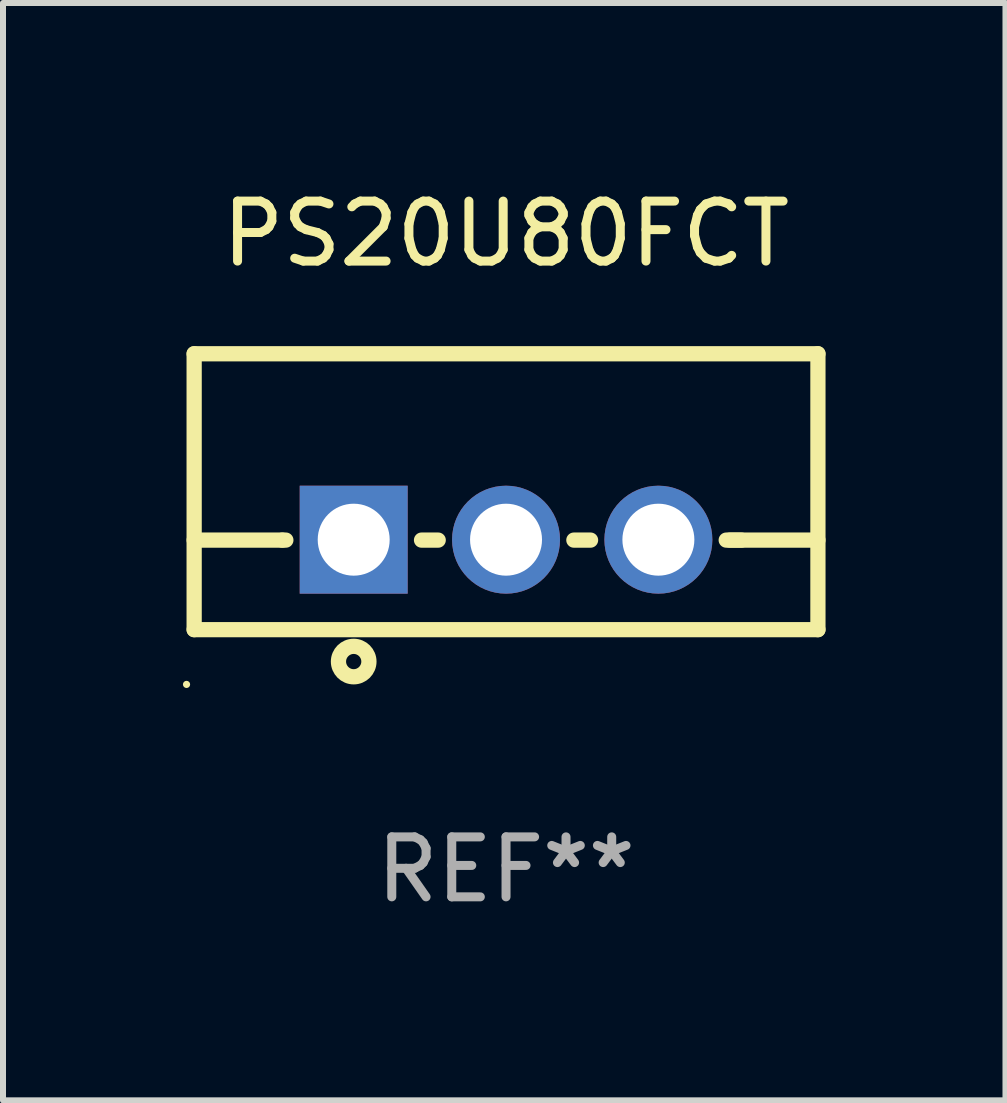
<source format=kicad_pcb>
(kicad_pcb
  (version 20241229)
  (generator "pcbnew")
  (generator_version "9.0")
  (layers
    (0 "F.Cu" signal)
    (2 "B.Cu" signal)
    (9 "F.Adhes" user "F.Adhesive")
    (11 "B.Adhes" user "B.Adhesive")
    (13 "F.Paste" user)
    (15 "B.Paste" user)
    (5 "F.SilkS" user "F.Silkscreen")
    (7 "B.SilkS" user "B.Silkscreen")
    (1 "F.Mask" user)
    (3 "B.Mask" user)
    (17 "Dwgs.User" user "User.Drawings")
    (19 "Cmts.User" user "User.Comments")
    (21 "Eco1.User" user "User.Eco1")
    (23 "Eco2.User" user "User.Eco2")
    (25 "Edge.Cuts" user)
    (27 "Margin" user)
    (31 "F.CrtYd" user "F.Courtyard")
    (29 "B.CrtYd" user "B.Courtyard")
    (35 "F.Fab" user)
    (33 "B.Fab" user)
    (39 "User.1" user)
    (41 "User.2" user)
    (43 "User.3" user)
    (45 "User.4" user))
  (footprint "PS20U80FCT"
    (layer "F.Cu")
    (at 5.387 5.148)
    (property "Reference" "PS20U80FCT" (at 0 -4.3 0) (layer "F.SilkS") (effects (font (size 1 1) (thickness 0.15))))
    (attr through_hole)
    (fp_line (start -5.2 -2.3) (end -5.2 2.3) (stroke (width 0.254) (type solid)) (layer "F.SilkS"))
    (fp_line (start -5.2 -2.3) (end 5.2 -2.3) (stroke (width 0.254) (type solid)) (layer "F.SilkS"))
    (fp_line (start -5.2 0.807) (end -3.731 0.807) (stroke (width 0.254) (type solid)) (layer "F.SilkS"))
    (fp_line (start -5.2 2.3) (end 5.2 2.3) (stroke (width 0.254) (type solid)) (layer "F.SilkS"))
    (fp_line (start -3.731 0.807) (end -3.671 0.807) (stroke (width 0.254) (type solid)) (layer "F.SilkS"))
    (fp_line (start -1.409 0.807) (end -1.131 0.807) (stroke (width 0.254) (type solid)) (layer "F.SilkS"))
    (fp_line (start 1.131 0.807) (end 1.409 0.807) (stroke (width 0.254) (type solid)) (layer "F.SilkS"))
    (fp_line (start 3.671 0.807) (end 3.926 0.807) (stroke (width 0.254) (type solid)) (layer "F.SilkS"))
    (fp_line (start 3.731 0.807) (end 5.2 0.807) (stroke (width 0.254) (type solid)) (layer "F.SilkS"))
    (fp_line (start 5.2 -2.3) (end 5.2 2.3) (stroke (width 0.254) (type solid)) (layer "F.SilkS"))
    (fp_circle (center -5.327 3.213) (end -5.297 3.213) (stroke (width 0.06) (type solid)) (fill no) (layer "F.SilkS"))
    (fp_circle (center -2.54 2.832) (end -2.286 2.832) (stroke (width 0.254) (type solid)) (fill no) (layer "F.SilkS"))
    (fp_text user "REF**" (at 0 6.3 0) (layer "F.Fab") (effects (font (size 1 1) (thickness 0.15))))
    (pad "1" thru_hole rect (at -2.54 0.8) (size 1.8 1.8) (drill 1.2) (layers "*.Cu" "*.Mask"))
    (pad "2" thru_hole circle (at 0 0.8) (size 1.8 1.8) (drill 1.2) (layers "*.Cu" "*.Mask"))
    (pad "3" thru_hole circle (at 2.54 0.8) (size 1.8 1.8) (drill 1.2) (layers "*.Cu" "*.Mask")))
  (gr_rect
    (start -3 -3)
    (end 13.714 15.296)
    (stroke (width 0.1) (type default))
    (fill no)
    (layer "Edge.Cuts")))
</source>
